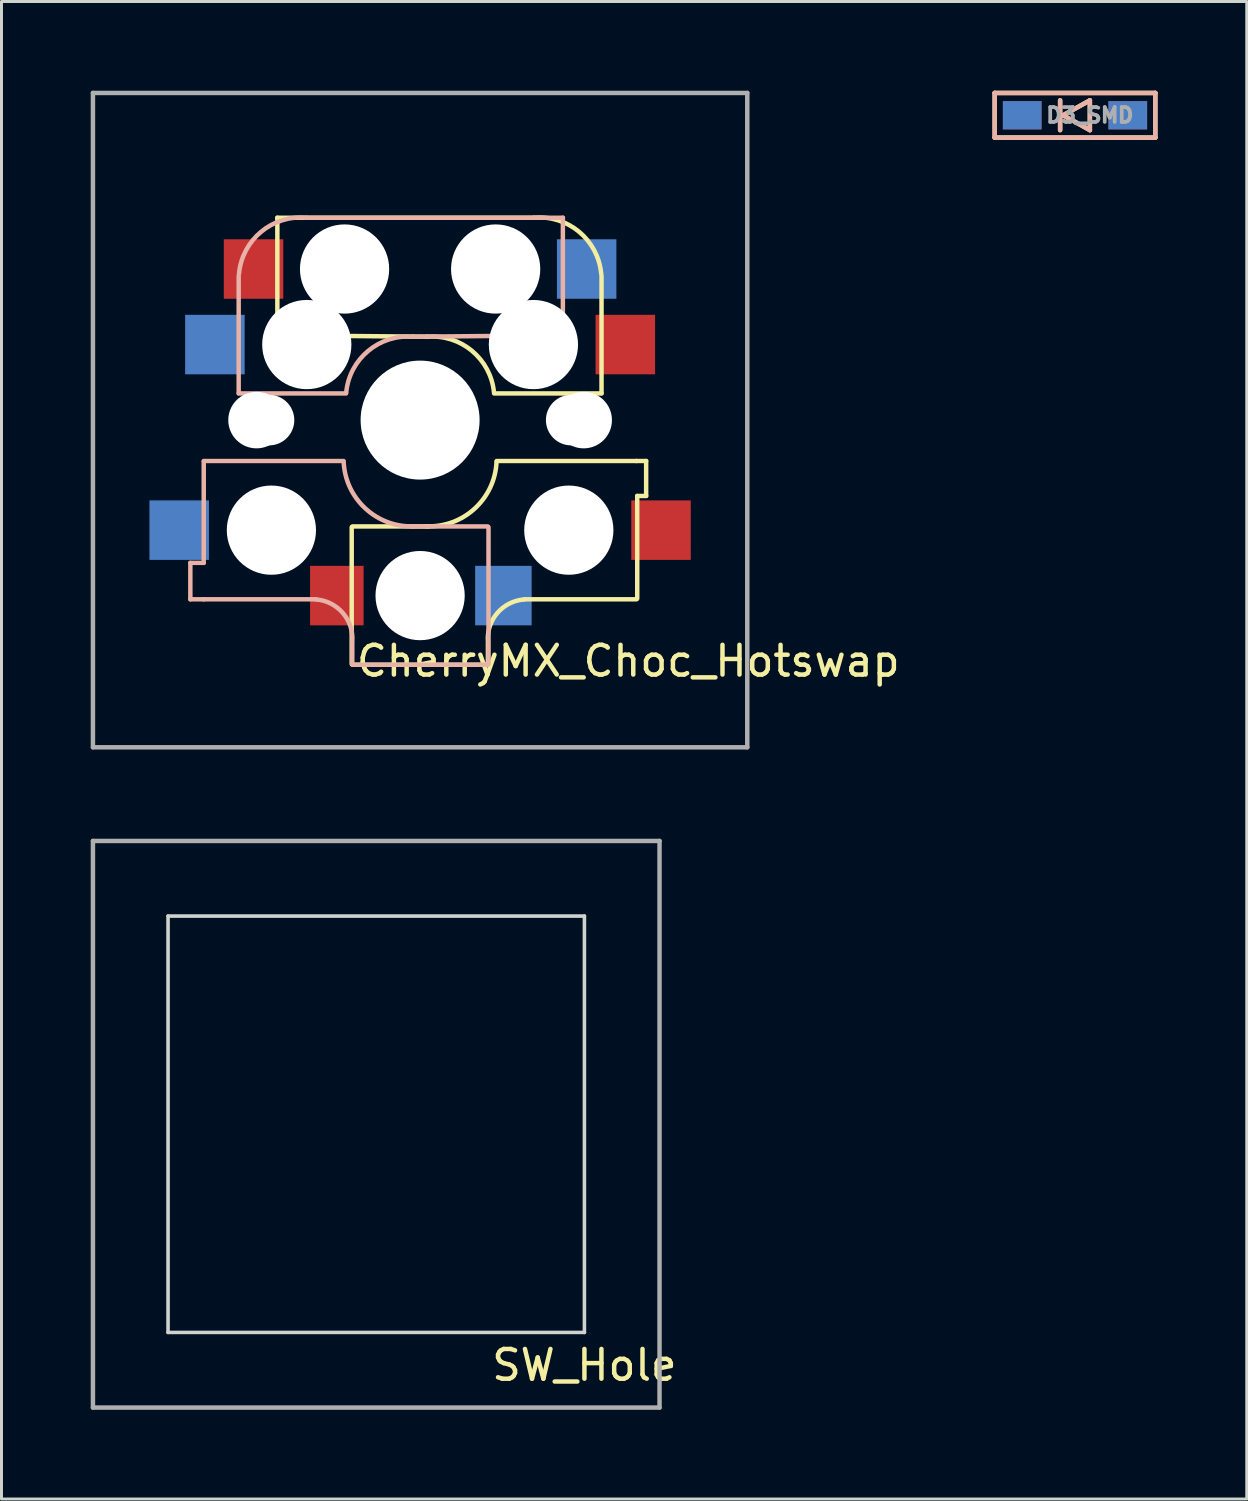
<source format=kicad_pcb>
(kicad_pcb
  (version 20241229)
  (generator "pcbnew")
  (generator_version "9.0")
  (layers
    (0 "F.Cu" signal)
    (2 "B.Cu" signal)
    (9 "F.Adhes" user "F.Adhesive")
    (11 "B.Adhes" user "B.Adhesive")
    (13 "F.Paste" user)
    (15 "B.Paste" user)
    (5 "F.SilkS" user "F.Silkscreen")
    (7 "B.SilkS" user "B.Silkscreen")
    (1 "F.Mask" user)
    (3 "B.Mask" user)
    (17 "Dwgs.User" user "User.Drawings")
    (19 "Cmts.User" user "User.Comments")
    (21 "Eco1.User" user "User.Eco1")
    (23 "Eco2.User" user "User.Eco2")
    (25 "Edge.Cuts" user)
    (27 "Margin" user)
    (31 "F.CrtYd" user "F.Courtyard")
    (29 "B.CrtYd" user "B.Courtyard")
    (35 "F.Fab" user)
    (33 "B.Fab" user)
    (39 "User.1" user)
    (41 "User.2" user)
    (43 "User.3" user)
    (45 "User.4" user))
  (footprint "SW_Hole"
    (layer "F.Cu")
    (at 9.6 34.75)
    (property "Reference" "SW_Hole" (at 7 8.1 0) (layer "F.SilkS") (effects (font (size 1 1) (thickness 0.15))))
    (attr through_hole)
    (fp_line (start -7 -7) (end -7 7) (stroke (width 0.12) (type solid)) (layer "Edge.Cuts"))
    (fp_line (start -7 7) (end 7 7) (stroke (width 0.12) (type solid)) (layer "Edge.Cuts"))
    (fp_line (start 7 -7) (end -7 -7) (stroke (width 0.12) (type solid)) (layer "Edge.Cuts"))
    (fp_line (start 7 7) (end 7 -7) (stroke (width 0.12) (type solid)) (layer "Edge.Cuts"))
    (fp_line (start -9.525 -9.525) (end -9.525 9.525) (stroke (width 0.15) (type solid)) (layer "F.Fab"))
    (fp_line (start -9.525 9.525) (end 9.525 9.525) (stroke (width 0.15) (type solid)) (layer "F.Fab"))
    (fp_line (start 9.525 -9.525) (end -9.525 -9.525) (stroke (width 0.15) (type solid)) (layer "F.Fab"))
    (fp_line (start 9.525 9.525) (end 9.525 -9.525) (stroke (width 0.15) (type solid)) (layer "F.Fab")))
  (footprint "CherryMX_Choc_Hotswap"
    (layer "F.Cu")
    (at 11.075 11.075)
    (property "Reference" "CherryMX_Choc_Hotswap" (at 7 8.1 0) (layer "F.SilkS") (effects (font (size 1 1) (thickness 0.15))))
    (attr through_hole)
    (fp_line (start -4.8 -6.804) (end 3.825 -6.804) (stroke (width 0.15) (type solid)) (layer "F.SilkS"))
    (fp_line (start -4.8 -2.896) (end -4.8 -6.804) (stroke (width 0.15) (type solid)) (layer "F.SilkS"))
    (fp_line (start -4.8 -2.85) (end 0.25 -2.804) (stroke (width 0.15) (type solid)) (layer "F.SilkS"))
    (fp_line (start -2.3 3.6) (end -2.3 8.2) (stroke (width 0.15) (type solid)) (layer "F.SilkS"))
    (fp_line (start -2.275 3.575) (end 0.275 3.575) (stroke (width 0.15) (type solid)) (layer "F.SilkS"))
    (fp_line (start -2.275 8.225) (end 2.275 8.225) (stroke (width 0.15) (type solid)) (layer "F.SilkS"))
    (fp_line (start 2.28 7.5) (end 2.28 8.2) (stroke (width 0.15) (type solid)) (layer "F.SilkS"))
    (fp_line (start 2.575 1.375) (end 7.275 1.375) (stroke (width 0.15) (type solid)) (layer "F.SilkS"))
    (fp_line (start 3.5 6.025) (end 7.275 6.025) (stroke (width 0.15) (type solid)) (layer "F.SilkS"))
    (fp_line (start 6.1 -4.85) (end 6.1 -0.905) (stroke (width 0.15) (type solid)) (layer "F.SilkS"))
    (fp_line (start 6.1 -0.896) (end 2.49 -0.896) (stroke (width 0.15) (type solid)) (layer "F.SilkS"))
    (fp_line (start 7.275 1.375) (end 7.6 1.375) (stroke (width 0.15) (type solid)) (layer "F.SilkS"))
    (fp_line (start 7.3 2.55) (end 7.3 6) (stroke (width 0.15) (type solid)) (layer "F.SilkS"))
    (fp_line (start 7.6 1.375) (end 7.6 2.55) (stroke (width 0.15) (type solid)) (layer "F.SilkS"))
    (fp_line (start 7.6 2.55) (end 7.3 2.55) (stroke (width 0.15) (type solid)) (layer "F.SilkS"))
    (fp_arc (start 0.225 -2.8) (mid 1.744361 -2.328061) (end 2.485 -0.92) (stroke (width 0.15) (type solid)) (layer "F.SilkS"))
    (fp_arc (start 2.28 7.45) (mid 2.595908 6.48733) (end 3.5 6.03) (stroke (width 0.15) (type solid)) (layer "F.SilkS"))
    (fp_arc (start 2.57 1.4) (mid 1.834422 2.975843) (end 0.2 3.57) (stroke (width 0.15) (type solid)) (layer "F.SilkS"))
    (fp_arc (start 3.825 -6.804) (mid 5.347189 -6.33089) (end 6.089 -4.92) (stroke (width 0.15) (type solid)) (layer "F.SilkS"))
    (fp_line (start -7.725 4.8) (end -7.725 6.025) (stroke (width 0.15) (type solid)) (layer "B.SilkS"))
    (fp_line (start -7.275 1.4) (end -7.275 4.8) (stroke (width 0.15) (type solid)) (layer "B.SilkS"))
    (fp_line (start -7.275 4.8) (end -7.725 4.8) (stroke (width 0.15) (type solid)) (layer "B.SilkS"))
    (fp_line (start -7.275 6.025) (end -7.725 6.025) (stroke (width 0.15) (type solid)) (layer "B.SilkS"))
    (fp_line (start -6.1 -4.85) (end -6.1 -0.905) (stroke (width 0.15) (type solid)) (layer "B.SilkS"))
    (fp_line (start -6.1 -0.896) (end -2.49 -0.896) (stroke (width 0.15) (type solid)) (layer "B.SilkS"))
    (fp_line (start -3.5 6.025) (end -7.275 6.025) (stroke (width 0.15) (type solid)) (layer "B.SilkS"))
    (fp_line (start -2.575 1.375) (end -7.275 1.375) (stroke (width 0.15) (type solid)) (layer "B.SilkS"))
    (fp_line (start -2.28 7.5) (end -2.28 8.2) (stroke (width 0.15) (type solid)) (layer "B.SilkS"))
    (fp_line (start 2.275 3.575) (end -0.275 3.575) (stroke (width 0.15) (type solid)) (layer "B.SilkS"))
    (fp_line (start 2.275 8.225) (end -2.275 8.225) (stroke (width 0.15) (type solid)) (layer "B.SilkS"))
    (fp_line (start 2.3 3.6) (end 2.3 8.2) (stroke (width 0.15) (type solid)) (layer "B.SilkS"))
    (fp_line (start 4.8 -6.804) (end -3.825 -6.804) (stroke (width 0.15) (type solid)) (layer "B.SilkS"))
    (fp_line (start 4.8 -2.896) (end 4.8 -6.804) (stroke (width 0.15) (type solid)) (layer "B.SilkS"))
    (fp_line (start 4.8 -2.85) (end -0.25 -2.804) (stroke (width 0.15) (type solid)) (layer "B.SilkS"))
    (fp_arc (start -6.089 -4.92) (mid -5.347189 -6.33089) (end -3.825 -6.804) (stroke (width 0.15) (type solid)) (layer "B.SilkS"))
    (fp_arc (start -3.5 6.03) (mid -2.595908 6.48733) (end -2.28 7.45) (stroke (width 0.15) (type solid)) (layer "B.SilkS"))
    (fp_arc (start -2.485 -0.92) (mid -1.744361 -2.328061) (end -0.225 -2.8) (stroke (width 0.15) (type solid)) (layer "B.SilkS"))
    (fp_arc (start -0.2 3.57) (mid -1.834422 2.975843) (end -2.57 1.4) (stroke (width 0.15) (type solid)) (layer "B.SilkS"))
    (fp_line (start -9 -9) (end 9 -9) (stroke (width 0.15) (type solid)) (layer "Eco2.User"))
    (fp_line (start -9 9) (end -9 -9) (stroke (width 0.15) (type solid)) (layer "Eco2.User"))
    (fp_line (start -7 -7) (end 7 -7) (stroke (width 0.15) (type solid)) (layer "Eco2.User"))
    (fp_line (start -7 7) (end -7 -7) (stroke (width 0.15) (type solid)) (layer "Eco2.User"))
    (fp_line (start 7 -7) (end 7 7) (stroke (width 0.15) (type solid)) (layer "Eco2.User"))
    (fp_line (start 7 7) (end -7 7) (stroke (width 0.15) (type solid)) (layer "Eco2.User"))
    (fp_line (start 9 -9) (end 9 9) (stroke (width 0.15) (type solid)) (layer "Eco2.User"))
    (fp_line (start 9 9) (end -9 9) (stroke (width 0.15) (type solid)) (layer "Eco2.User"))
    (fp_line (start -11 -11) (end -11 11) (stroke (width 0.15) (type solid)) (layer "F.Fab"))
    (fp_line (start -11 11) (end 11 11) (stroke (width 0.15) (type solid)) (layer "F.Fab"))
    (fp_line (start 11 -11) (end -11 -11) (stroke (width 0.15) (type solid)) (layer "F.Fab"))
    (fp_line (start 11 11) (end 11 -11) (stroke (width 0.15) (type solid)) (layer "F.Fab"))
    (pad "" np_thru_hole circle (at -5.5 0 90) (size 1.9 1.9) (drill 1.9) (layers "*.Cu" "*.Mask"))
    (pad "" np_thru_hole circle (at -5.08 0) (size 1.7 1.7) (drill 1.7) (layers "*.Cu" "*.Mask"))
    (pad "" np_thru_hole circle (at -5 3.7 90) (size 3 3) (drill 3) (layers "*.Cu" "*.Mask"))
    (pad "" np_thru_hole circle (at -3.81 -2.54 180) (size 3 3) (drill 3) (layers "*.Cu" "*.Mask"))
    (pad "" np_thru_hole circle (at -2.54 -5.08 180) (size 3 3) (drill 3) (layers "*.Cu" "*.Mask"))
    (pad "" np_thru_hole circle (at 0 0 90) (size 4 4) (drill 4) (layers "*.Cu" "*.Mask"))
    (pad "" np_thru_hole circle (at 0 5.9 90) (size 3 3) (drill 3) (layers "*.Cu" "*.Mask"))
    (pad "" np_thru_hole circle (at 2.54 -5.08 180) (size 3 3) (drill 3) (layers "*.Cu" "*.Mask"))
    (pad "" np_thru_hole circle (at 3.81 -2.54 180) (size 3 3) (drill 3) (layers "*.Cu" "*.Mask"))
    (pad "" np_thru_hole circle (at 5 3.7 270) (size 3 3) (drill 3) (layers "*.Cu" "*.Mask"))
    (pad "" np_thru_hole circle (at 5.08 0) (size 1.7 1.7) (drill 1.7) (layers "*.Cu" "*.Mask"))
    (pad "" np_thru_hole circle (at 5.5 0 90) (size 1.9 1.9) (drill 1.9) (layers "*.Cu" "*.Mask"))
    (pad "1" smd rect (at -8.1 3.7 180) (size 2 2) (layers "B.Cu" "B.Mask" "B.Paste"))
    (pad "1" smd rect (at -6.9 -2.54 180) (size 2 2) (layers "B.Cu" "B.Mask" "B.Paste"))
    (pad "1" smd rect (at -5.6 -5.08 180) (size 2 2) (layers "F.Cu" "F.Mask" "F.Paste"))
    (pad "1" smd rect (at 8.1 3.7 180) (size 2 2) (layers "F.Cu" "F.Mask" "F.Paste"))
    (pad "2" smd rect (at -2.8 5.9 180) (size 1.8 2) (layers "F.Cu" "F.Mask" "F.Paste"))
    (pad "2" smd rect (at 2.8 5.9 180) (size 1.9 2) (layers "B.Cu" "B.Mask" "B.Paste"))
    (pad "2" smd rect (at 5.6 -5.08 180) (size 2 2) (layers "B.Cu" "B.Mask" "B.Paste"))
    (pad "2" smd rect (at 6.9 -2.54 180) (size 2 2) (layers "F.Cu" "F.Mask" "F.Paste")))
  (footprint "D3_SMD"
    (layer "F.Cu")
    (at 33.094 0.825)
    (property "Reference" "D3_SMD" (at 0.5 0 0) (layer "F.Fab") (effects (font (size 0.5 0.5) (thickness 0.125))))
    (attr through_hole)
    (fp_line (start -2.7 -0.75) (end -2.7 0.75) (stroke (width 0.15) (type solid)) (layer "F.SilkS"))
    (fp_line (start -2.7 0.75) (end 2.7 0.75) (stroke (width 0.15) (type solid)) (layer "F.SilkS"))
    (fp_line (start -0.5 -0.5) (end -0.5 0.5) (stroke (width 0.15) (type solid)) (layer "F.SilkS"))
    (fp_line (start -0.4 0) (end 0.5 -0.5) (stroke (width 0.15) (type solid)) (layer "F.SilkS"))
    (fp_line (start 0.5 -0.5) (end 0.5 0.5) (stroke (width 0.15) (type solid)) (layer "F.SilkS"))
    (fp_line (start 0.5 0.5) (end -0.4 0) (stroke (width 0.15) (type solid)) (layer "F.SilkS"))
    (fp_line (start 2.7 -0.75) (end -2.7 -0.75) (stroke (width 0.15) (type solid)) (layer "F.SilkS"))
    (fp_line (start 2.7 -0.75) (end 2.7 0.75) (stroke (width 0.15) (type solid)) (layer "F.SilkS"))
    (fp_line (start -2.7 -0.75) (end -2.7 0.75) (stroke (width 0.15) (type solid)) (layer "B.SilkS"))
    (fp_line (start -2.7 0.75) (end 2.7 0.75) (stroke (width 0.15) (type solid)) (layer "B.SilkS"))
    (fp_line (start -0.5 -0.5) (end -0.5 0.5) (stroke (width 0.15) (type solid)) (layer "B.SilkS"))
    (fp_line (start -0.4 0) (end 0.5 -0.5) (stroke (width 0.15) (type solid)) (layer "B.SilkS"))
    (fp_line (start 0.5 -0.5) (end 0.5 0.5) (stroke (width 0.15) (type solid)) (layer "B.SilkS"))
    (fp_line (start 0.5 0.5) (end -0.4 0) (stroke (width 0.15) (type solid)) (layer "B.SilkS"))
    (fp_line (start 2.7 -0.75) (end -2.7 -0.75) (stroke (width 0.15) (type solid)) (layer "B.SilkS"))
    (fp_line (start 2.7 0.75) (end 2.7 -0.75) (stroke (width 0.15) (type solid)) (layer "B.SilkS"))
    (pad "1" smd rect (at -1.775 0) (size 1.3 0.95) (layers "F.Cu" "F.Mask" "F.Paste"))
    (pad "1" smd rect (at -1.775 0) (size 1.3 0.95) (layers "B.Cu" "B.Mask" "B.Paste"))
    (pad "2" smd rect (at 1.775 0) (size 1.3 0.95) (layers "F.Cu" "F.Mask" "F.Paste"))
    (pad "2" smd rect (at 1.775 0) (size 1.3 0.95) (layers "B.Cu" "B.Mask" "B.Paste")))
  (gr_rect
    (start -3 -3)
    (end 38.869 47.35)
    (stroke (width 0.1) (type default))
    (fill no)
    (layer "Edge.Cuts")))
</source>
